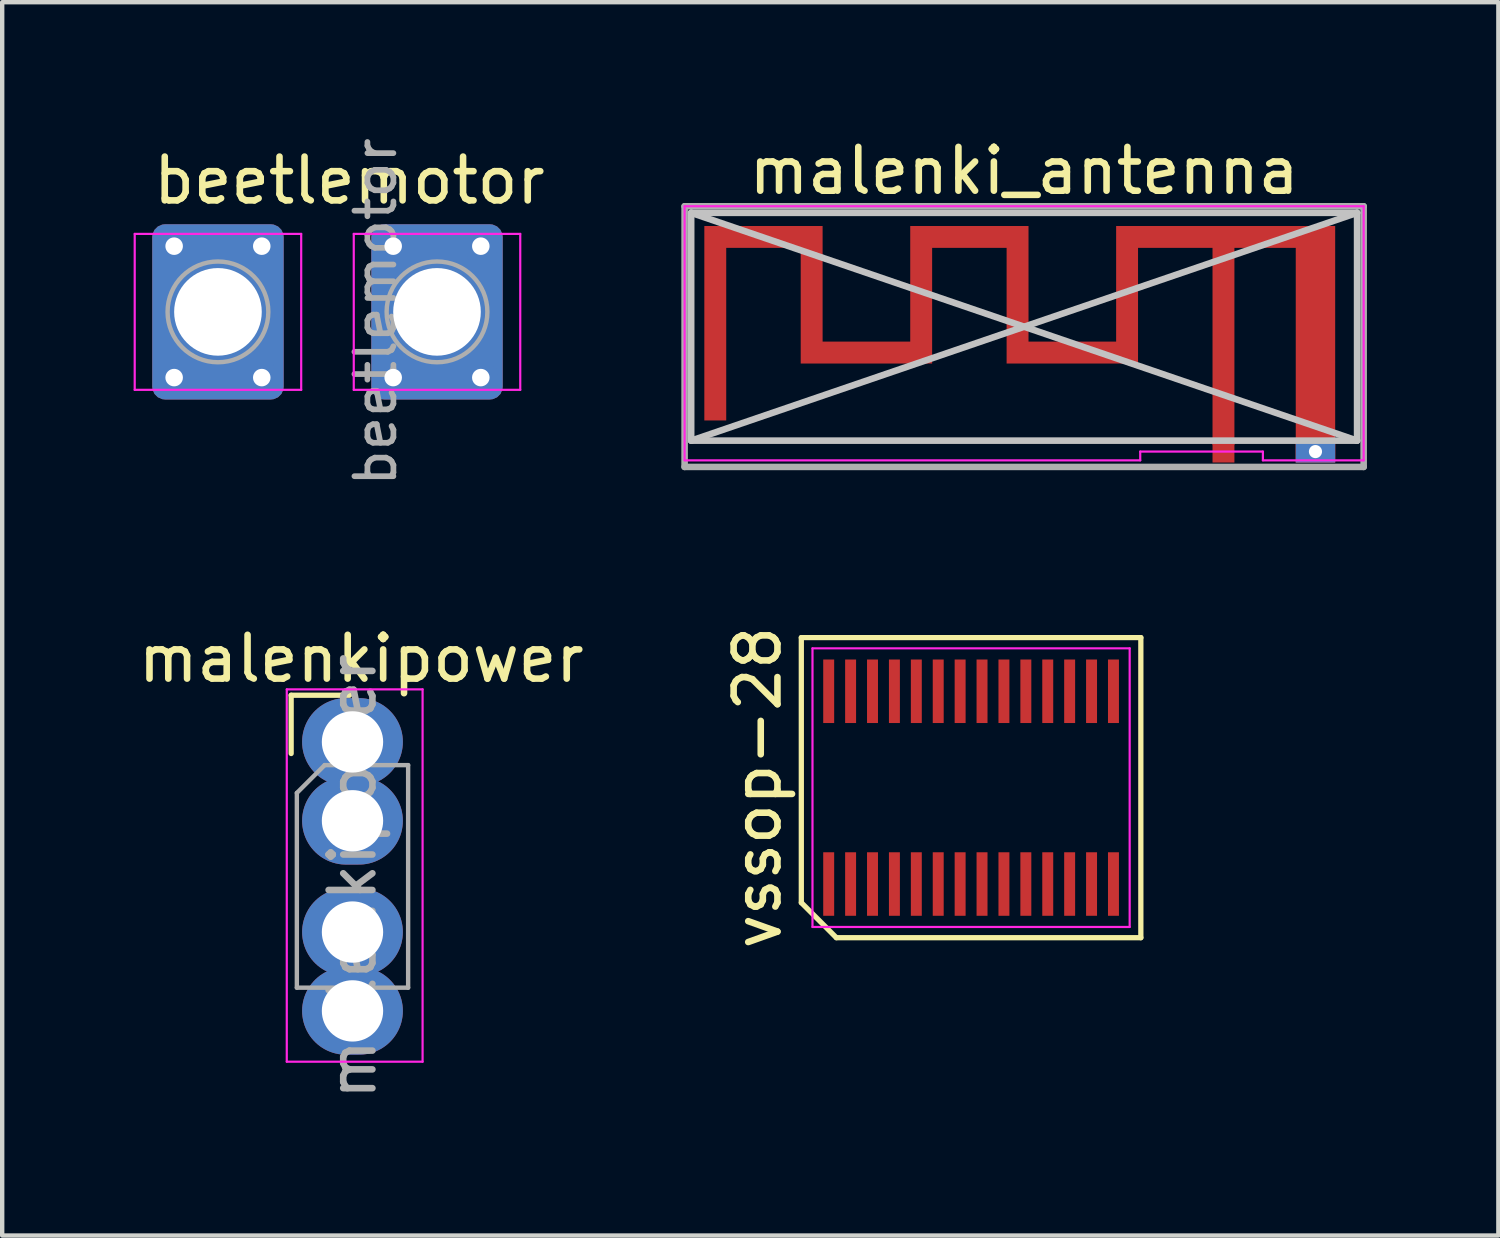
<source format=kicad_pcb>
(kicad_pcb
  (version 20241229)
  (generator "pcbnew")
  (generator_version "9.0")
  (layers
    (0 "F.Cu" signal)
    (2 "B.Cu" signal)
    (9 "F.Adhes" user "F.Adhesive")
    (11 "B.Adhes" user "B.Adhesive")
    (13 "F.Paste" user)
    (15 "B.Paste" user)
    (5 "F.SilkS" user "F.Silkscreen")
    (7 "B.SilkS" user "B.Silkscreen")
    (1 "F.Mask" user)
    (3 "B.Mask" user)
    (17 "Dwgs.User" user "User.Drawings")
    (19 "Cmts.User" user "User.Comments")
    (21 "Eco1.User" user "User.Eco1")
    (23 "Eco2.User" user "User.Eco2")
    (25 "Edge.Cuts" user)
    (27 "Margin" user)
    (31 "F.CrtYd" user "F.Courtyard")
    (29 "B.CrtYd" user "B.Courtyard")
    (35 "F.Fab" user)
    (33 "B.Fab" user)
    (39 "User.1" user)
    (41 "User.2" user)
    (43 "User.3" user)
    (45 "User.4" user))
  (footprint "malenkipower"
    (layer "F.Cu")
    (at 4.996 15.685)
    (property "Reference" "malenkipower" (at 0.2 -3.7 0) (layer "F.SilkS") (effects (font (size 1 1) (thickness 0.15))))
    (attr through_hole)
    (fp_line (start -1.4 -2.865) (end -0.07 -2.865) (stroke (width 0.12) (type solid)) (layer "F.SilkS"))
    (fp_line (start -1.4 -1.535) (end -1.4 -2.865) (stroke (width 0.12) (type solid)) (layer "F.SilkS"))
    (fp_line (start -1.5 -3) (end -1.5 5.5) (stroke (width 0.05) (type solid)) (layer "F.CrtYd"))
    (fp_line (start -1.5 5.5) (end 1.6 5.5) (stroke (width 0.05) (type solid)) (layer "F.CrtYd"))
    (fp_line (start 1.6 -3) (end -1.5 -3) (stroke (width 0.05) (type solid)) (layer "F.CrtYd"))
    (fp_line (start 1.6 5.5) (end 1.6 -3) (stroke (width 0.05) (type solid)) (layer "F.CrtYd"))
    (fp_line (start -1.27 -0.635) (end -0.635 -1.27) (stroke (width 0.1) (type solid)) (layer "F.Fab"))
    (fp_line (start -1.27 3.81) (end -1.27 -0.635) (stroke (width 0.1) (type solid)) (layer "F.Fab"))
    (fp_line (start -0.635 -1.27) (end 1.27 -1.27) (stroke (width 0.1) (type solid)) (layer "F.Fab"))
    (fp_line (start 1.27 -1.27) (end 1.27 3.81) (stroke (width 0.1) (type solid)) (layer "F.Fab"))
    (fp_line (start 1.27 3.81) (end -1.27 3.81) (stroke (width 0.1) (type solid)) (layer "F.Fab"))
    (fp_text user "${REFERENCE}" (at 0 1.27 90) (layer "F.Fab") (effects (font (size 1 1) (thickness 0.15))))
    (pad "1" thru_hole oval (at 0 -1.8) (size 2.3 2) (drill 1.4) (layers "*.Cu" "*.Mask"))
    (pad "1" thru_hole oval (at 0 0) (size 2.3 2) (drill 1.4) (layers "*.Cu" "*.Mask"))
    (pad "2" thru_hole oval (at 0 2.54) (size 2.3 2) (drill 1.4) (layers "*.Cu" "*.Mask"))
    (pad "2" thru_hole oval (at 0 4.34) (size 2.3 2) (drill 1.4) (layers "*.Cu" "*.Mask")))
  (footprint "beetlemotor"
    (layer "F.Cu")
    (at 1.925 4.069)
    (property "Reference" "beetlemotor" (at 3 -3 0) (layer "F.SilkS") (effects (font (size 1 1) (thickness 0.15))))
    (attr exclude_from_pos_files exclude_from_bom)
    (fp_line (start -1.9 -1.78) (end -1.9 1.78) (stroke (width 0.05) (type solid)) (layer "F.CrtYd"))
    (fp_line (start -1.9 1.78) (end 1.9 1.78) (stroke (width 0.05) (type solid)) (layer "F.CrtYd"))
    (fp_line (start 1.9 -1.78) (end -1.9 -1.78) (stroke (width 0.05) (type solid)) (layer "F.CrtYd"))
    (fp_line (start 1.9 1.78) (end 1.9 -1.78) (stroke (width 0.05) (type solid)) (layer "F.CrtYd"))
    (fp_line (start 3.1 -1.78) (end 3.1 1.78) (stroke (width 0.05) (type solid)) (layer "F.CrtYd"))
    (fp_line (start 3.1 1.78) (end 6.9 1.78) (stroke (width 0.05) (type solid)) (layer "F.CrtYd"))
    (fp_line (start 6.9 -1.78) (end 3.1 -1.78) (stroke (width 0.05) (type solid)) (layer "F.CrtYd"))
    (fp_line (start 6.9 1.78) (end 6.9 -1.78) (stroke (width 0.05) (type solid)) (layer "F.CrtYd"))
    (fp_circle (center 0 0) (end 1.15 0) (stroke (width 0.1) (type solid)) (fill no) (layer "F.Fab"))
    (fp_circle (center 5 0) (end 6.15 0) (stroke (width 0.1) (type solid)) (fill no) (layer "F.Fab"))
    (fp_text user "${REFERENCE}" (at 3.6 0 90) (layer "F.Fab") (effects (font (size 0.89 0.89) (thickness 0.13))))
    (pad "1" thru_hole circle (at -1 -1.5) (size 0.8 0.8) (drill 0.4) (layers "*.Cu" "*.Mask"))
    (pad "1" thru_hole circle (at -1 1.5) (size 0.8 0.8) (drill 0.4) (layers "*.Cu" "*.Mask"))
    (pad "1" thru_hole roundrect (at 0 0) (size 3 4) (drill 2) (layers "*.Cu" "*.Mask") (roundrect_rratio 0.098))
    (pad "1" thru_hole circle (at 1 -1.5) (size 0.8 0.8) (drill 0.4) (layers "*.Cu" "*.Mask"))
    (pad "1" thru_hole circle (at 1 1.5) (size 0.8 0.8) (drill 0.4) (layers "*.Cu" "*.Mask"))
    (pad "2" thru_hole circle (at 4 -1.5) (size 0.8 0.8) (drill 0.4) (layers "*.Cu" "*.Mask"))
    (pad "2" thru_hole circle (at 4 1.5) (size 0.8 0.8) (drill 0.4) (layers "*.Cu" "*.Mask"))
    (pad "2" thru_hole roundrect (at 5 0) (size 3 4) (drill 2) (layers "*.Cu" "*.Mask") (roundrect_rratio 0.098))
    (pad "2" thru_hole circle (at 6 -1.5) (size 0.8 0.8) (drill 0.4) (layers "*.Cu" "*.Mask"))
    (pad "2" thru_hole circle (at 6 1.5) (size 0.8 0.8) (drill 0.4) (layers "*.Cu" "*.Mask")))
  (footprint "vssop-28"
    (layer "F.Cu")
    (at 19.116 14.929)
    (property "Reference" "vssop-28" (at -4.875 0 90) (layer "F.SilkS") (effects (font (size 1 1) (thickness 0.15))))
    (attr smd)
    (fp_line (start -3.875 -3.425) (end 3.875 -3.425) (stroke (width 0.12) (type default)) (layer "F.SilkS"))
    (fp_line (start -3.875 2.625) (end -3.875 -3.425) (stroke (width 0.12) (type default)) (layer "F.SilkS"))
    (fp_line (start -3.075 3.425) (end -3.875 2.625) (stroke (width 0.12) (type default)) (layer "F.SilkS"))
    (fp_line (start 3.875 -3.425) (end 3.875 3.425) (stroke (width 0.12) (type default)) (layer "F.SilkS"))
    (fp_line (start 3.875 3.425) (end -3.075 3.425) (stroke (width 0.12) (type default)) (layer "F.SilkS"))
    (fp_line (start -3.62 -3.18) (end 3.62 -3.18) (stroke (width 0.05) (type default)) (layer "F.CrtYd"))
    (fp_line (start -3.62 3.18) (end -3.62 -3.18) (stroke (width 0.05) (type default)) (layer "F.CrtYd"))
    (fp_line (start 3.62 -3.18) (end 3.62 3.18) (stroke (width 0.05) (type default)) (layer "F.CrtYd"))
    (fp_line (start 3.62 3.18) (end -3.62 3.18) (stroke (width 0.05) (type default)) (layer "F.CrtYd"))
    (pad "1" smd rect (at -3.25 2.2) (size 0.25 1.45) (layers "F.Cu" "F.Mask" "F.Paste"))
    (pad "2" smd rect (at -2.75 2.2) (size 0.25 1.45) (layers "F.Cu" "F.Mask" "F.Paste"))
    (pad "3" smd rect (at -2.25 2.2) (size 0.25 1.45) (layers "F.Cu" "F.Mask" "F.Paste"))
    (pad "4" smd rect (at -1.75 2.2) (size 0.25 1.45) (layers "F.Cu" "F.Mask" "F.Paste"))
    (pad "5" smd rect (at -1.25 2.2) (size 0.25 1.45) (layers "F.Cu" "F.Mask" "F.Paste"))
    (pad "6" smd rect (at -0.75 2.2) (size 0.25 1.45) (layers "F.Cu" "F.Mask" "F.Paste"))
    (pad "7" smd rect (at -0.25 2.2) (size 0.25 1.45) (layers "F.Cu" "F.Mask" "F.Paste"))
    (pad "8" smd rect (at 0.25 2.2) (size 0.25 1.45) (layers "F.Cu" "F.Mask" "F.Paste"))
    (pad "9" smd rect (at 0.75 2.2) (size 0.25 1.45) (layers "F.Cu" "F.Mask" "F.Paste"))
    (pad "10" smd rect (at 1.25 2.2) (size 0.25 1.45) (layers "F.Cu" "F.Mask" "F.Paste"))
    (pad "11" smd rect (at 1.75 2.2) (size 0.25 1.45) (layers "F.Cu" "F.Mask" "F.Paste"))
    (pad "12" smd rect (at 2.25 2.2) (size 0.25 1.45) (layers "F.Cu" "F.Mask" "F.Paste"))
    (pad "13" smd rect (at 2.75 2.2) (size 0.25 1.45) (layers "F.Cu" "F.Mask" "F.Paste"))
    (pad "14" smd rect (at 3.25 2.2) (size 0.25 1.45) (layers "F.Cu" "F.Mask" "F.Paste"))
    (pad "15" smd rect (at 3.25 -2.2) (size 0.25 1.45) (layers "F.Cu" "F.Mask" "F.Paste"))
    (pad "16" smd rect (at 2.75 -2.2) (size 0.25 1.45) (layers "F.Cu" "F.Mask" "F.Paste"))
    (pad "17" smd rect (at 2.25 -2.2) (size 0.25 1.45) (layers "F.Cu" "F.Mask" "F.Paste"))
    (pad "18" smd rect (at 1.75 -2.2) (size 0.25 1.45) (layers "F.Cu" "F.Mask" "F.Paste"))
    (pad "19" smd rect (at 1.25 -2.2) (size 0.25 1.45) (layers "F.Cu" "F.Mask" "F.Paste"))
    (pad "20" smd rect (at 0.75 -2.2) (size 0.25 1.45) (layers "F.Cu" "F.Mask" "F.Paste"))
    (pad "21" smd rect (at 0.25 -2.2) (size 0.25 1.45) (layers "F.Cu" "F.Mask" "F.Paste"))
    (pad "22" smd rect (at -0.25 -2.2) (size 0.25 1.45) (layers "F.Cu" "F.Mask" "F.Paste"))
    (pad "23" smd rect (at -0.75 -2.2) (size 0.25 1.45) (layers "F.Cu" "F.Mask" "F.Paste"))
    (pad "24" smd rect (at -1.25 -2.2) (size 0.25 1.45) (layers "F.Cu" "F.Mask" "F.Paste"))
    (pad "25" smd rect (at -1.75 -2.2) (size 0.25 1.45) (layers "F.Cu" "F.Mask" "F.Paste"))
    (pad "26" smd rect (at -2.25 -2.2) (size 0.25 1.45) (layers "F.Cu" "F.Mask" "F.Paste"))
    (pad "27" smd rect (at -2.75 -2.2) (size 0.25 1.45) (layers "F.Cu" "F.Mask" "F.Paste"))
    (pad "28" smd rect (at -3.25 -2.2) (size 0.25 1.45) (layers "F.Cu" "F.Mask" "F.Paste")))
  (footprint "malenki_antenna"
    (layer "F.Cu")
    (at 24.877 7.258)
    (property "Reference" "malenki_antenna" (at -4.55 -6.41 0) (layer "F.SilkS") (effects (font (size 1 1) (thickness 0.15))))
    (attr exclude_from_pos_files exclude_from_bom)
    (fp_poly (pts (xy -2.45 -2.51) (xy -4.45 -2.51) (xy -4.45 -5.15) (xy -7.15 -5.15) (xy -7.15 -2.51) (xy -9.15 -2.51) (xy -9.15 -5.15) (xy -11.85 -5.15) (xy -11.85 -0.71) (xy -11.35 -0.71) (xy -11.35 -4.65) (xy -9.65 -4.65) (xy -9.65 -2.01) (xy -6.65 -2.01) (xy -6.65 -4.65) (xy -4.95 -4.65) (xy -4.95 -2.01) (xy -1.95 -2.01) (xy -1.95 -4.65) (xy -0.25 -4.65) (xy -0.25 -0.15) (xy 0.25 -0.15) (xy 0.25 -4.65) (xy 1.65 -4.65) (xy 1.65 0.25) (xy 2.55 0.25) (xy 2.55 0.007) (xy 2.248 0.007) (xy 2.238 0.054) (xy 2.214 0.097) (xy 2.176 0.13) (xy 2.168 0.134) (xy 2.125 0.146) (xy 2.077 0.145) (xy 2.031 0.132) (xy 2.013 0.122) (xy 1.979 0.087) (xy 1.958 0.041) (xy 1.952 -0.008) (xy 1.96 -0.056) (xy 1.977 -0.089) (xy 2.012 -0.121) (xy 2.058 -0.141) (xy 2.107 -0.148) (xy 2.155 -0.14) (xy 2.188 -0.123) (xy 2.223 -0.086) (xy 2.243 -0.042) (xy 2.248 0.007) (xy 2.55 0.007) (xy 2.55 -5.15) (xy -2.45 -5.15) (xy -2.45 -2.51)) (stroke (width 0) (type solid)) (fill yes) (layer "F.Cu"))
    (fp_line (start -12.15 -0.25) (end -12.15 -5.45) (stroke (width 0.15) (type solid)) (layer "Dwgs.User"))
    (fp_line (start 3.05 -5.45) (end -12.15 -5.45) (stroke (width 0.15) (type solid)) (layer "Dwgs.User"))
    (fp_line (start 3.05 -5.45) (end -12.15 -0.25) (stroke (width 0.15) (type solid)) (layer "Dwgs.User"))
    (fp_line (start 3.05 -0.25) (end -12.15 -5.45) (stroke (width 0.15) (type solid)) (layer "Dwgs.User"))
    (fp_line (start 3.05 -0.25) (end -12.15 -0.25) (stroke (width 0.15) (type solid)) (layer "Dwgs.User"))
    (fp_line (start 3.05 -0.25) (end 3.05 -5.45) (stroke (width 0.15) (type solid)) (layer "Dwgs.User"))
    (fp_line (start -12.3 -5.6) (end -12.3 0.2) (stroke (width 0.05) (type solid)) (layer "F.CrtYd"))
    (fp_line (start -1.9 0) (end -1.9 0.2) (stroke (width 0.05) (type solid)) (layer "F.CrtYd"))
    (fp_line (start -1.9 0.2) (end -12.3 0.2) (stroke (width 0.05) (type solid)) (layer "F.CrtYd"))
    (fp_line (start 0.9 0) (end -1.9 0) (stroke (width 0.05) (type solid)) (layer "F.CrtYd"))
    (fp_line (start 0.9 0.2) (end 0.9 0) (stroke (width 0.05) (type solid)) (layer "F.CrtYd"))
    (fp_line (start 3.2 -5.6) (end -12.3 -5.6) (stroke (width 0.05) (type solid)) (layer "F.CrtYd"))
    (fp_line (start 3.2 0.2) (end 0.9 0.2) (stroke (width 0.05) (type solid)) (layer "F.CrtYd"))
    (fp_line (start 3.2 0.2) (end 3.2 -5.6) (stroke (width 0.05) (type solid)) (layer "F.CrtYd"))
    (fp_line (start -12.3 -5.6) (end -12.3 0.35) (stroke (width 0.15) (type solid)) (layer "F.Fab"))
    (fp_line (start -12.3 0.35) (end 3.2 0.35) (stroke (width 0.15) (type solid)) (layer "F.Fab"))
    (fp_line (start 3.2 -5.6) (end -12.3 -5.6) (stroke (width 0.15) (type solid)) (layer "F.Fab"))
    (fp_line (start 3.2 0.35) (end 3.2 -5.6) (stroke (width 0.15) (type solid)) (layer "F.Fab"))
    (pad "1" connect rect (at 0 0) (size 0.5 0.5) (layers "F.Cu"))
    (pad "2" thru_hole rect (at 2.1 0) (size 0.9 0.5) (drill 0.3) (layers "*.Cu")))
  (gr_rect
    (start -3 -3)
    (end 31.152 25.152)
    (stroke (width 0.1) (type default))
    (fill no)
    (layer "Edge.Cuts")))
</source>
